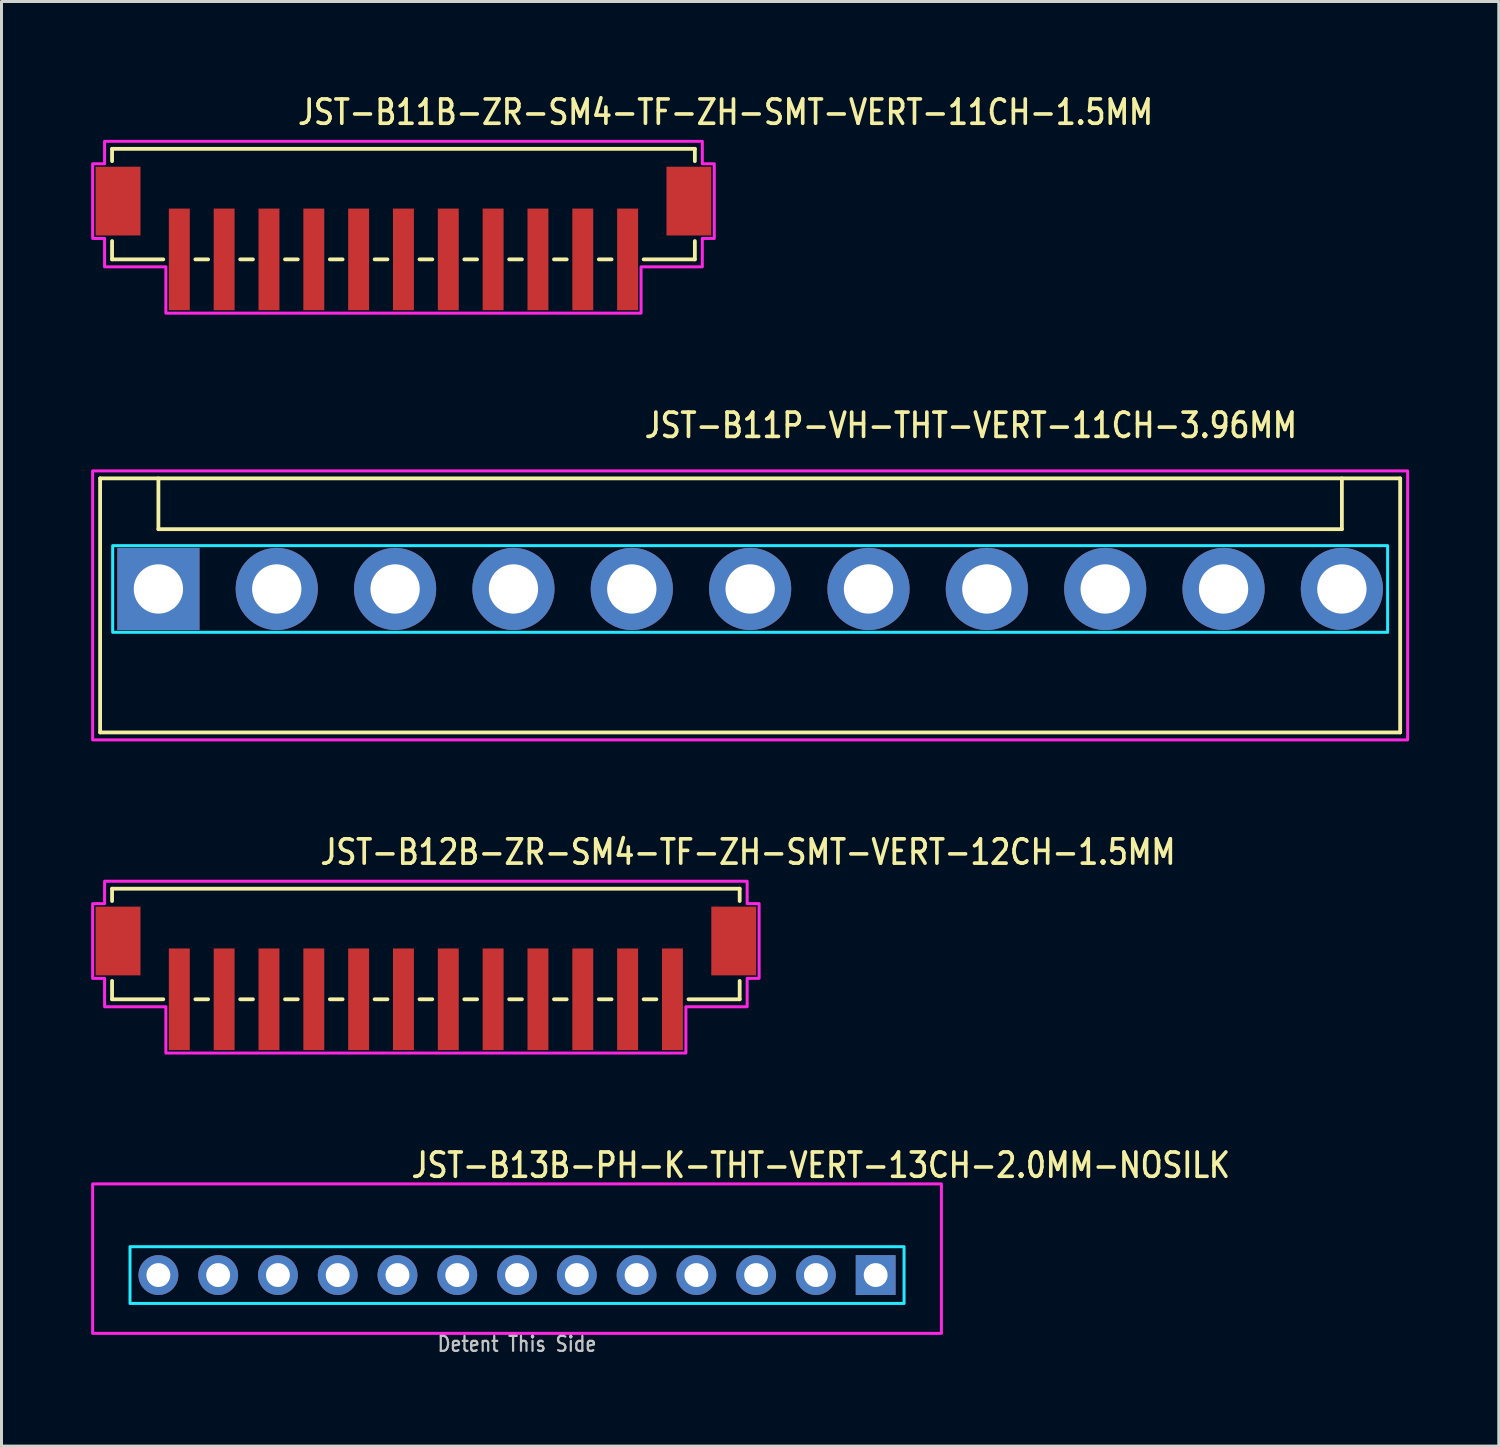
<source format=kicad_pcb>
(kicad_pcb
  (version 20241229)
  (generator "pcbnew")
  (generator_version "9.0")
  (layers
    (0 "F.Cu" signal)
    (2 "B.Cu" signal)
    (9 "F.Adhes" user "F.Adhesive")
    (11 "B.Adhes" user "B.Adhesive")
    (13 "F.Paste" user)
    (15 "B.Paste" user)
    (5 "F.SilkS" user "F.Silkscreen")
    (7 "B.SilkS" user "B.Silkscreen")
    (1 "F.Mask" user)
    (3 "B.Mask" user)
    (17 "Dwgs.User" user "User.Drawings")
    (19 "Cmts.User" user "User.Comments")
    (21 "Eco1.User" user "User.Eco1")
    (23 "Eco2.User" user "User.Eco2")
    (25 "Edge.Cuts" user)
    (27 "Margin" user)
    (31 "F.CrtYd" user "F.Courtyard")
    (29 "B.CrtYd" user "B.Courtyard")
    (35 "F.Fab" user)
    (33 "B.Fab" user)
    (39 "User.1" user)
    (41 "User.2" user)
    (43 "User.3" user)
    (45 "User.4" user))
  (footprint "JST-B13B-PH-K-THT-VERT-13CH-2.0MM-NOSILK"
    (layer "F.Cu")
    (at 14.25 39.614)
    (property "Reference" "JST-B13B-PH-K-THT-VERT-13CH-2.0MM-NOSILK" (at -3.6 -3.2 0) (unlocked yes) (layer "F.SilkS") (effects (font (size 0.813 0.695) (thickness 0.122)) (justify left bottom)))
    (fp_poly (pts (xy -12.95 -0.95) (xy -12.95 0.95) (xy 12.95 0.95) (xy 12.95 -0.95)) (stroke (width 0.1) (type solid)) (fill no) (layer "B.CrtYd"))
    (fp_poly (pts (xy -14.2 1.95) (xy -14.2 -3.05) (xy 14.2 -3.05) (xy 14.2 1.95)) (stroke (width 0.1) (type solid)) (fill no) (layer "F.CrtYd"))
    (fp_text user "Detent This Side" (at 0 2.6 0) (unlocked yes) (layer "Dwgs.User") (effects (font (size 0.5 0.427) (thickness 0.075)) (justify bottom)))
    (pad "P$1" thru_hole rect (at 12 0) (size 1.333 1.333) (drill 0.8) (layers "*.Cu" "*.Mask"))
    (pad "P$2" thru_hole oval (at 10 0) (size 1.333 1.333) (drill 0.8) (layers "*.Cu" "*.Mask"))
    (pad "P$3" thru_hole oval (at 8 0) (size 1.333 1.333) (drill 0.8) (layers "*.Cu" "*.Mask"))
    (pad "P$4" thru_hole oval (at 6 0) (size 1.333 1.333) (drill 0.8) (layers "*.Cu" "*.Mask"))
    (pad "P$5" thru_hole oval (at 4 0) (size 1.333 1.333) (drill 0.8) (layers "*.Cu" "*.Mask"))
    (pad "P$6" thru_hole oval (at 2 0) (size 1.333 1.333) (drill 0.8) (layers "*.Cu" "*.Mask"))
    (pad "P$7" thru_hole oval (at 0 0) (size 1.333 1.333) (drill 0.8) (layers "*.Cu" "*.Mask"))
    (pad "P$8" thru_hole oval (at -2 0) (size 1.333 1.333) (drill 0.8) (layers "*.Cu" "*.Mask"))
    (pad "P$9" thru_hole oval (at -4 0) (size 1.333 1.333) (drill 0.8) (layers "*.Cu" "*.Mask"))
    (pad "P$10" thru_hole oval (at -6 0) (size 1.333 1.333) (drill 0.8) (layers "*.Cu" "*.Mask"))
    (pad "P$11" thru_hole oval (at -8 0) (size 1.333 1.333) (drill 0.8) (layers "*.Cu" "*.Mask"))
    (pad "P$12" thru_hole oval (at -10 0) (size 1.333 1.333) (drill 0.8) (layers "*.Cu" "*.Mask"))
    (pad "P$13" thru_hole oval (at -12 0) (size 1.333 1.333) (drill 0.8) (layers "*.Cu" "*.Mask")))
  (footprint "JST-B11B-ZR-SM4-TF-ZH-SMT-VERT-11CH-1.5MM"
    (layer "F.Cu")
    (at 10.45 3.679)
    (property "Reference" "JST-B11B-ZR-SM4-TF-ZH-SMT-VERT-11CH-1.5MM" (at -3.6 -2.5 0) (unlocked yes) (layer "F.SilkS") (effects (font (size 0.813 0.695) (thickness 0.122)) (justify left bottom)))
    (fp_line (start -9.75 -1.75) (end -9.75 -1.337) (stroke (width 0.127) (type solid)) (layer "F.SilkS"))
    (fp_line (start -9.75 -1.75) (end 9.75 -1.75) (stroke (width 0.127) (type solid)) (layer "F.SilkS"))
    (fp_line (start -9.75 1.95) (end -9.75 1.337) (stroke (width 0.127) (type solid)) (layer "F.SilkS"))
    (fp_line (start -9.75 1.95) (end -8.037 1.95) (stroke (width 0.127) (type solid)) (layer "F.SilkS"))
    (fp_line (start -6.963 1.95) (end -6.537 1.95) (stroke (width 0.127) (type solid)) (layer "F.SilkS"))
    (fp_line (start -5.463 1.95) (end -5.037 1.95) (stroke (width 0.127) (type solid)) (layer "F.SilkS"))
    (fp_line (start -3.963 1.95) (end -3.537 1.95) (stroke (width 0.127) (type solid)) (layer "F.SilkS"))
    (fp_line (start -2.463 1.95) (end -2.037 1.95) (stroke (width 0.127) (type solid)) (layer "F.SilkS"))
    (fp_line (start -0.964 1.95) (end -0.536 1.95) (stroke (width 0.127) (type solid)) (layer "F.SilkS"))
    (fp_line (start 0.536 1.95) (end 0.964 1.95) (stroke (width 0.127) (type solid)) (layer "F.SilkS"))
    (fp_line (start 2.037 1.95) (end 2.463 1.95) (stroke (width 0.127) (type solid)) (layer "F.SilkS"))
    (fp_line (start 3.537 1.95) (end 3.963 1.95) (stroke (width 0.127) (type solid)) (layer "F.SilkS"))
    (fp_line (start 5.037 1.95) (end 5.463 1.95) (stroke (width 0.127) (type solid)) (layer "F.SilkS"))
    (fp_line (start 6.537 1.95) (end 6.963 1.95) (stroke (width 0.127) (type solid)) (layer "F.SilkS"))
    (fp_line (start 8.037 1.95) (end 9.75 1.95) (stroke (width 0.127) (type solid)) (layer "F.SilkS"))
    (fp_line (start 9.75 -1.337) (end 9.75 -1.75) (stroke (width 0.127) (type solid)) (layer "F.SilkS"))
    (fp_line (start 9.75 1.337) (end 9.75 1.95) (stroke (width 0.127) (type solid)) (layer "F.SilkS"))
    (fp_poly (pts (xy -10 -2) (xy -10 -1.25) (xy -10.4 -1.25) (xy -10.4 1.25) (xy -10 1.25) (xy -10 2.2) (xy -7.95 2.2) (xy -7.95 3.75) (xy 7.95 3.75) (xy 7.95 2.2) (xy 10 2.2) (xy 10 1.25) (xy 10.4 1.25) (xy 10.4 -1.25) (xy 10 -1.25) (xy 10 -2)) (stroke (width 0.1) (type solid)) (fill no) (layer "F.CrtYd"))
    (pad "P$1" smd rect (at -7.5 1.95) (size 0.7 3.4) (layers "F.Cu" "F.Mask" "F.Paste"))
    (pad "P$2" smd rect (at -6 1.95) (size 0.7 3.4) (layers "F.Cu" "F.Mask" "F.Paste"))
    (pad "P$3" smd rect (at -4.5 1.95) (size 0.7 3.4) (layers "F.Cu" "F.Mask" "F.Paste"))
    (pad "P$4" smd rect (at -3 1.95) (size 0.7 3.4) (layers "F.Cu" "F.Mask" "F.Paste"))
    (pad "P$5" smd rect (at -1.5 1.95) (size 0.7 3.4) (layers "F.Cu" "F.Mask" "F.Paste"))
    (pad "P$6" smd rect (at 0 1.95) (size 0.7 3.4) (layers "F.Cu" "F.Mask" "F.Paste"))
    (pad "P$7" smd rect (at 1.5 1.95) (size 0.7 3.4) (layers "F.Cu" "F.Mask" "F.Paste"))
    (pad "P$8" smd rect (at 3 1.95) (size 0.7 3.4) (layers "F.Cu" "F.Mask" "F.Paste"))
    (pad "P$9" smd rect (at 4.5 1.95) (size 0.7 3.4) (layers "F.Cu" "F.Mask" "F.Paste"))
    (pad "P$10" smd rect (at 6 1.95) (size 0.7 3.4) (layers "F.Cu" "F.Mask" "F.Paste"))
    (pad "P$11" smd rect (at 7.5 1.95) (size 0.7 3.4) (layers "F.Cu" "F.Mask" "F.Paste"))
    (pad "S$12" smd rect (at 9.55 0) (size 1.5 2.3) (layers "F.Cu" "F.Mask" "F.Paste"))
    (pad "S$13" smd rect (at -9.55 0) (size 1.5 2.3) (layers "F.Cu" "F.Mask" "F.Paste")))
  (footprint "JST-B11P-VH-THT-VERT-11CH-3.96MM"
    (layer "F.Cu")
    (at 22.05 16.657)
    (property "Reference" "JST-B11P-VH-THT-VERT-11CH-3.96MM" (at -3.6 -5 0) (unlocked yes) (layer "F.SilkS") (effects (font (size 0.813 0.695) (thickness 0.122)) (justify left bottom)))
    (fp_line (start -21.75 -3.7) (end 21.75 -3.7) (stroke (width 0.127) (type solid)) (layer "F.SilkS"))
    (fp_line (start -21.75 4.8) (end -21.75 -3.7) (stroke (width 0.127) (type solid)) (layer "F.SilkS"))
    (fp_line (start -21.75 4.8) (end 21.75 4.8) (stroke (width 0.127) (type solid)) (layer "F.SilkS"))
    (fp_line (start -19.8 -3.7) (end -19.8 -2) (stroke (width 0.127) (type solid)) (layer "F.SilkS"))
    (fp_line (start -19.8 -2) (end 19.8 -2) (stroke (width 0.127) (type solid)) (layer "F.SilkS"))
    (fp_line (start 19.8 -3.7) (end 19.8 -2) (stroke (width 0.127) (type solid)) (layer "F.SilkS"))
    (fp_line (start 21.75 -3.7) (end 21.75 4.8) (stroke (width 0.127) (type solid)) (layer "F.SilkS"))
    (fp_poly (pts (xy -21.33 -1.45) (xy -21.33 1.45) (xy 21.33 1.45) (xy 21.33 -1.45)) (stroke (width 0.1) (type solid)) (fill no) (layer "B.CrtYd"))
    (fp_poly (pts (xy -22 -3.95) (xy -22 5.05) (xy 22 5.05) (xy 22 -3.95)) (stroke (width 0.1) (type solid)) (fill no) (layer "F.CrtYd"))
    (pad "P$1" thru_hole rect (at -19.8 0) (size 2.75 2.75) (drill 1.65) (layers "*.Cu" "*.Mask"))
    (pad "P$2" thru_hole oval (at -15.84 0) (size 2.75 2.75) (drill 1.65) (layers "*.Cu" "*.Mask"))
    (pad "P$3" thru_hole oval (at -11.88 0) (size 2.75 2.75) (drill 1.65) (layers "*.Cu" "*.Mask"))
    (pad "P$4" thru_hole oval (at -7.92 0) (size 2.75 2.75) (drill 1.65) (layers "*.Cu" "*.Mask"))
    (pad "P$5" thru_hole oval (at -3.96 0) (size 2.75 2.75) (drill 1.65) (layers "*.Cu" "*.Mask"))
    (pad "P$6" thru_hole oval (at 0 0) (size 2.75 2.75) (drill 1.65) (layers "*.Cu" "*.Mask"))
    (pad "P$7" thru_hole oval (at 3.96 0) (size 2.75 2.75) (drill 1.65) (layers "*.Cu" "*.Mask"))
    (pad "P$8" thru_hole oval (at 7.92 0) (size 2.75 2.75) (drill 1.65) (layers "*.Cu" "*.Mask"))
    (pad "P$9" thru_hole oval (at 11.88 0) (size 2.75 2.75) (drill 1.65) (layers "*.Cu" "*.Mask"))
    (pad "P$10" thru_hole oval (at 15.84 0) (size 2.75 2.75) (drill 1.65) (layers "*.Cu" "*.Mask"))
    (pad "P$11" thru_hole oval (at 19.8 0) (size 2.75 2.75) (drill 1.65) (layers "*.Cu" "*.Mask")))
  (footprint "JST-B12B-ZR-SM4-TF-ZH-SMT-VERT-12CH-1.5MM"
    (layer "F.Cu")
    (at 11.2 28.436)
    (property "Reference" "JST-B12B-ZR-SM4-TF-ZH-SMT-VERT-12CH-1.5MM" (at -3.6 -2.5 0) (unlocked yes) (layer "F.SilkS") (effects (font (size 0.813 0.695) (thickness 0.122)) (justify left bottom)))
    (fp_line (start -10.5 -1.75) (end -10.5 -1.337) (stroke (width 0.127) (type solid)) (layer "F.SilkS"))
    (fp_line (start -10.5 -1.75) (end 10.5 -1.75) (stroke (width 0.127) (type solid)) (layer "F.SilkS"))
    (fp_line (start -10.5 1.95) (end -10.5 1.337) (stroke (width 0.127) (type solid)) (layer "F.SilkS"))
    (fp_line (start -10.5 1.95) (end -8.787 1.95) (stroke (width 0.127) (type solid)) (layer "F.SilkS"))
    (fp_line (start -7.713 1.95) (end -7.287 1.95) (stroke (width 0.127) (type solid)) (layer "F.SilkS"))
    (fp_line (start -6.213 1.95) (end -5.787 1.95) (stroke (width 0.127) (type solid)) (layer "F.SilkS"))
    (fp_line (start -4.713 1.95) (end -4.287 1.95) (stroke (width 0.127) (type solid)) (layer "F.SilkS"))
    (fp_line (start -3.213 1.95) (end -2.787 1.95) (stroke (width 0.127) (type solid)) (layer "F.SilkS"))
    (fp_line (start -1.714 1.95) (end -1.286 1.95) (stroke (width 0.127) (type solid)) (layer "F.SilkS"))
    (fp_line (start -0.213 1.95) (end 0.213 1.95) (stroke (width 0.127) (type solid)) (layer "F.SilkS"))
    (fp_line (start 1.286 1.95) (end 1.714 1.95) (stroke (width 0.127) (type solid)) (layer "F.SilkS"))
    (fp_line (start 2.787 1.95) (end 3.213 1.95) (stroke (width 0.127) (type solid)) (layer "F.SilkS"))
    (fp_line (start 4.287 1.95) (end 4.713 1.95) (stroke (width 0.127) (type solid)) (layer "F.SilkS"))
    (fp_line (start 5.787 1.95) (end 6.213 1.95) (stroke (width 0.127) (type solid)) (layer "F.SilkS"))
    (fp_line (start 7.287 1.95) (end 7.713 1.95) (stroke (width 0.127) (type solid)) (layer "F.SilkS"))
    (fp_line (start 8.787 1.95) (end 10.5 1.95) (stroke (width 0.127) (type solid)) (layer "F.SilkS"))
    (fp_line (start 10.5 -1.337) (end 10.5 -1.75) (stroke (width 0.127) (type solid)) (layer "F.SilkS"))
    (fp_line (start 10.5 1.337) (end 10.5 1.95) (stroke (width 0.127) (type solid)) (layer "F.SilkS"))
    (fp_poly (pts (xy -10.75 -2) (xy -10.75 -1.25) (xy -11.15 -1.25) (xy -11.15 1.25) (xy -10.75 1.25) (xy -10.75 2.2) (xy -8.7 2.2) (xy -8.7 3.75) (xy 8.7 3.75) (xy 8.7 2.2) (xy 10.75 2.2) (xy 10.75 1.25) (xy 11.15 1.25) (xy 11.15 -1.25) (xy 10.75 -1.25) (xy 10.75 -2)) (stroke (width 0.1) (type solid)) (fill no) (layer "F.CrtYd"))
    (pad "P$1" smd rect (at -8.25 1.95) (size 0.7 3.4) (layers "F.Cu" "F.Mask" "F.Paste"))
    (pad "P$2" smd rect (at -6.75 1.95) (size 0.7 3.4) (layers "F.Cu" "F.Mask" "F.Paste"))
    (pad "P$3" smd rect (at -5.25 1.95) (size 0.7 3.4) (layers "F.Cu" "F.Mask" "F.Paste"))
    (pad "P$4" smd rect (at -3.75 1.95) (size 0.7 3.4) (layers "F.Cu" "F.Mask" "F.Paste"))
    (pad "P$5" smd rect (at -2.25 1.95) (size 0.7 3.4) (layers "F.Cu" "F.Mask" "F.Paste"))
    (pad "P$6" smd rect (at -0.75 1.95) (size 0.7 3.4) (layers "F.Cu" "F.Mask" "F.Paste"))
    (pad "P$7" smd rect (at 0.75 1.95) (size 0.7 3.4) (layers "F.Cu" "F.Mask" "F.Paste"))
    (pad "P$8" smd rect (at 2.25 1.95) (size 0.7 3.4) (layers "F.Cu" "F.Mask" "F.Paste"))
    (pad "P$9" smd rect (at 3.75 1.95) (size 0.7 3.4) (layers "F.Cu" "F.Mask" "F.Paste"))
    (pad "P$10" smd rect (at 5.25 1.95) (size 0.7 3.4) (layers "F.Cu" "F.Mask" "F.Paste"))
    (pad "P$11" smd rect (at 6.75 1.95) (size 0.7 3.4) (layers "F.Cu" "F.Mask" "F.Paste"))
    (pad "P$12" smd rect (at 8.25 1.95) (size 0.7 3.4) (layers "F.Cu" "F.Mask" "F.Paste"))
    (pad "S$13" smd rect (at 10.3 0) (size 1.5 2.3) (layers "F.Cu" "F.Mask" "F.Paste"))
    (pad "S$14" smd rect (at -10.3 0) (size 1.5 2.3) (layers "F.Cu" "F.Mask" "F.Paste")))
  (gr_rect
    (start -3 -3)
    (end 47.1 45.337)
    (stroke (width 0.1) (type default))
    (fill no)
    (layer "Edge.Cuts")))
</source>
